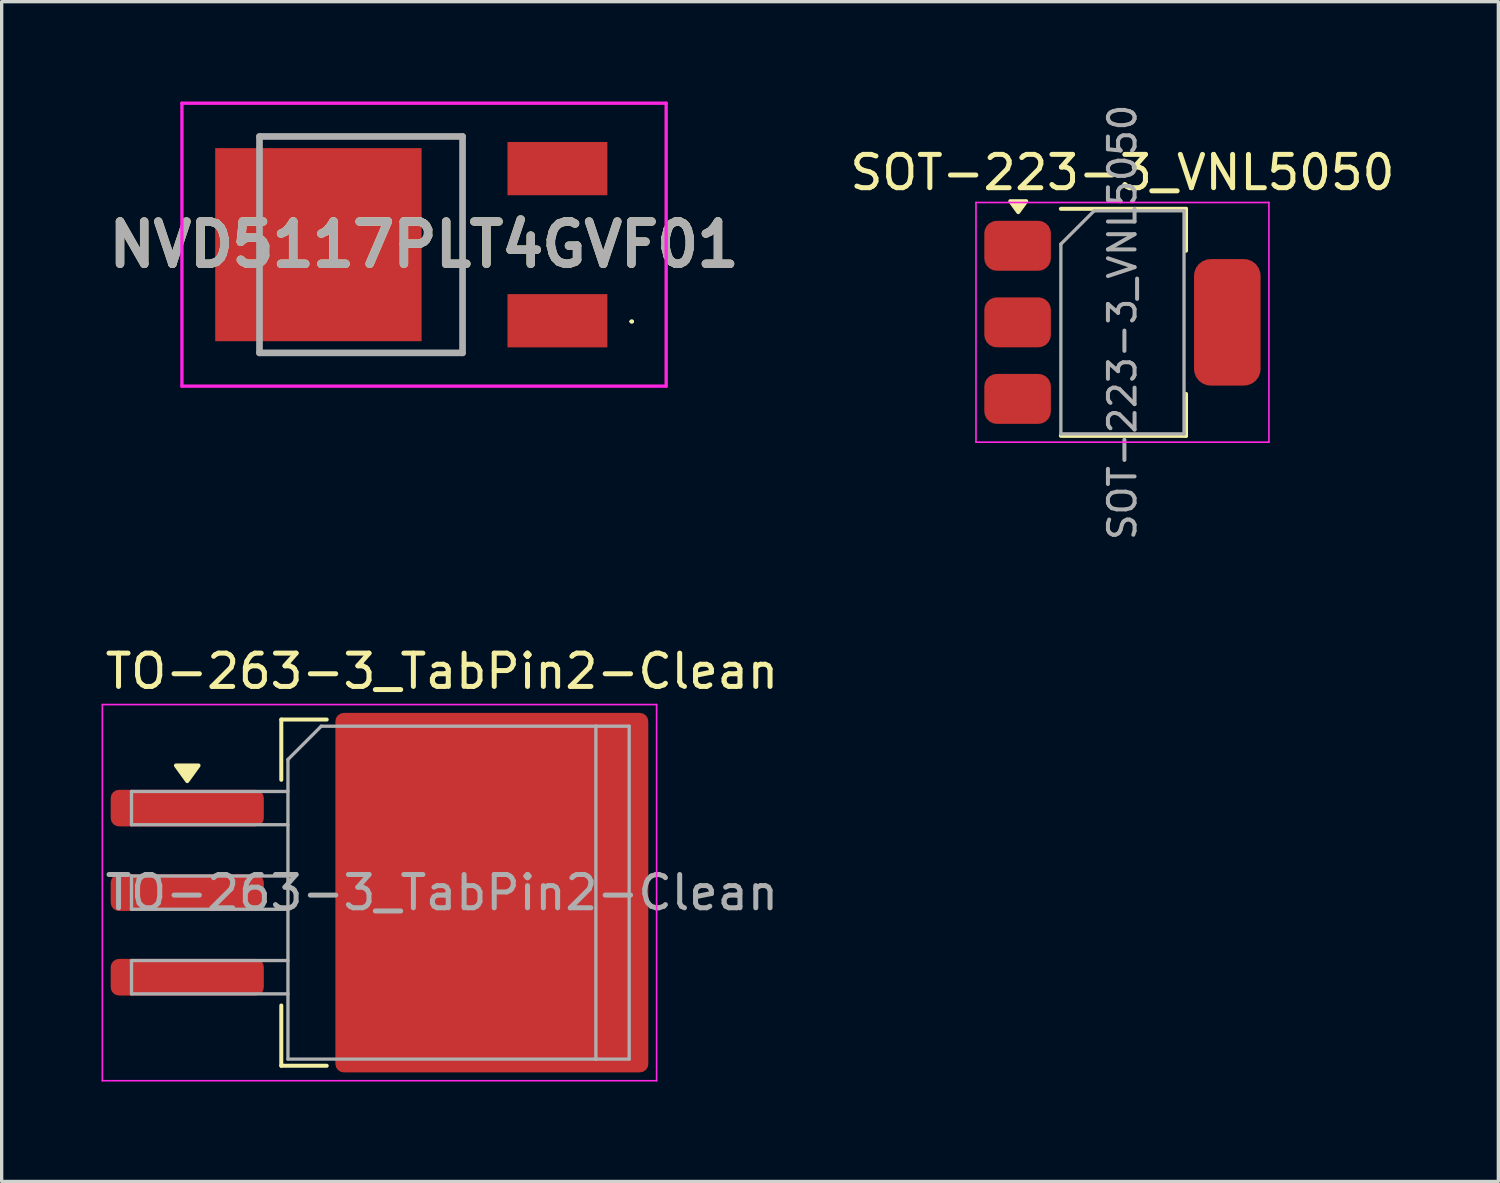
<source format=kicad_pcb>
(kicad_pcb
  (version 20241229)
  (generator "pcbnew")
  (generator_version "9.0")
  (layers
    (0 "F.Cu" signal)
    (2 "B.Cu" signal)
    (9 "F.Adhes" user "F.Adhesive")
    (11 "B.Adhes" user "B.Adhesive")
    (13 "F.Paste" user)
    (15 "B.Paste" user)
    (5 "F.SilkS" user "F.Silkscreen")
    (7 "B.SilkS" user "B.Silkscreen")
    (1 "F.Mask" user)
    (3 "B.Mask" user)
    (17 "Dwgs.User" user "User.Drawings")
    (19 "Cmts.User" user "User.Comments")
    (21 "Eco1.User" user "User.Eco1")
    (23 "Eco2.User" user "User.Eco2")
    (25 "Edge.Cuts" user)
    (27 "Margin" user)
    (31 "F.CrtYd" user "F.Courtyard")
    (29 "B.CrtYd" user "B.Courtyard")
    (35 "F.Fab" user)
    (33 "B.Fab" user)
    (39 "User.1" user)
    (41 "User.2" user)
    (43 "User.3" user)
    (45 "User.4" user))
  (footprint "TO-263-3_TabPin2-Clean"
    (layer "F.Cu")
    (at 10.225 23.765)
    (property "Reference" "TO-263-3_TabPin2-Clean" (at 0 -6.65 0) (layer "F.SilkS") (effects (font (size 1 1) (thickness 0.15))))
    (attr smd)
    (fp_line (start -4.825 -5.2) (end -4.825 -3.39) (stroke (width 0.12) (type solid)) (layer "F.SilkS"))
    (fp_line (start -4.825 5.2) (end -4.825 3.39) (stroke (width 0.12) (type solid)) (layer "F.SilkS"))
    (fp_line (start -3.46 -5.2) (end -4.825 -5.2) (stroke (width 0.12) (type solid)) (layer "F.SilkS"))
    (fp_line (start -3.46 5.2) (end -4.825 5.2) (stroke (width 0.12) (type solid)) (layer "F.SilkS"))
    (fp_poly (pts (xy -7.65 -3.35) (xy -7.99 -3.82) (xy -7.31 -3.82) (xy -7.65 -3.35)) (stroke (width 0.12) (type solid)) (fill yes) (layer "F.SilkS"))
    (fp_line (start -10.2 -5.65) (end -10.2 5.65) (stroke (width 0.05) (type solid)) (layer "F.CrtYd"))
    (fp_line (start -10.2 5.65) (end 6.45 5.65) (stroke (width 0.05) (type solid)) (layer "F.CrtYd"))
    (fp_line (start 6.45 -5.65) (end -10.2 -5.65) (stroke (width 0.05) (type solid)) (layer "F.CrtYd"))
    (fp_line (start 6.45 5.65) (end 6.45 -5.65) (stroke (width 0.05) (type solid)) (layer "F.CrtYd"))
    (fp_line (start -9.325 -3.04) (end -9.325 -2.04) (stroke (width 0.1) (type solid)) (layer "F.Fab"))
    (fp_line (start -9.325 -2.04) (end -4.625 -2.04) (stroke (width 0.1) (type solid)) (layer "F.Fab"))
    (fp_line (start -9.325 -0.5) (end -9.325 0.5) (stroke (width 0.1) (type solid)) (layer "F.Fab"))
    (fp_line (start -9.325 0.5) (end -4.625 0.5) (stroke (width 0.1) (type solid)) (layer "F.Fab"))
    (fp_line (start -9.325 2.04) (end -9.325 3.04) (stroke (width 0.1) (type solid)) (layer "F.Fab"))
    (fp_line (start -9.325 3.04) (end -4.625 3.04) (stroke (width 0.1) (type solid)) (layer "F.Fab"))
    (fp_line (start -4.625 -4) (end -3.625 -5) (stroke (width 0.1) (type solid)) (layer "F.Fab"))
    (fp_line (start -4.625 -3.04) (end -9.325 -3.04) (stroke (width 0.1) (type solid)) (layer "F.Fab"))
    (fp_line (start -4.625 -0.5) (end -9.325 -0.5) (stroke (width 0.1) (type solid)) (layer "F.Fab"))
    (fp_line (start -4.625 2.04) (end -9.325 2.04) (stroke (width 0.1) (type solid)) (layer "F.Fab"))
    (fp_line (start -4.625 5) (end -4.625 -4) (stroke (width 0.1) (type solid)) (layer "F.Fab"))
    (fp_line (start -3.625 -5) (end 4.625 -5) (stroke (width 0.1) (type solid)) (layer "F.Fab"))
    (fp_line (start 4.625 -5) (end 4.625 5) (stroke (width 0.1) (type solid)) (layer "F.Fab"))
    (fp_line (start 4.625 -5) (end 5.625 -5) (stroke (width 0.1) (type solid)) (layer "F.Fab"))
    (fp_line (start 4.625 5) (end -4.625 5) (stroke (width 0.1) (type solid)) (layer "F.Fab"))
    (fp_line (start 5.625 -5) (end 5.625 5) (stroke (width 0.1) (type solid)) (layer "F.Fab"))
    (fp_line (start 5.625 5) (end 4.625 5) (stroke (width 0.1) (type solid)) (layer "F.Fab"))
    (fp_text user "${REFERENCE}" (at 0 0 0) (layer "F.Fab") (effects (font (size 1 1) (thickness 0.15))))
    (pad "1" smd roundrect (at -7.65 -2.54) (size 4.6 1.1) (layers "F.Cu" "F.Mask" "F.Paste") (roundrect_rratio 0.227))
    (pad "2" smd roundrect (at -7.65 0) (size 4.6 1.1) (layers "F.Cu" "F.Mask" "F.Paste") (roundrect_rratio 0.227))
    (pad "2" smd roundrect (at 1.5 0) (size 9.4 10.8) (layers "F.Cu" "F.Mask") (roundrect_rratio 0.027))
    (pad "3" smd roundrect (at -7.65 2.54) (size 4.6 1.1) (layers "F.Cu" "F.Mask" "F.Paste") (roundrect_rratio 0.227)))
  (footprint "NVD5117PLT4GVF01"
    (layer "F.Cu")
    (at 4.745 4.3)
    (property "Reference" "NVD5117PLT4GVF01" (at 4.943 0 0) (layer "F.SilkS") (effects (font (size 1.27 1.27) (thickness 0.254))))
    (attr smd)
    (fp_line (start 0 3.25) (end 6.1 3.25) (stroke (width 0.1) (type solid)) (layer "F.SilkS"))
    (fp_line (start 6.1 -3.25) (end 0 -3.25) (stroke (width 0.1) (type solid)) (layer "F.SilkS"))
    (fp_line (start 6.1 3.25) (end 6.1 -3.25) (stroke (width 0.1) (type solid)) (layer "F.SilkS"))
    (fp_line (start 11.148 2.308) (end 11.148 2.308) (stroke (width 0.068) (type solid)) (layer "F.SilkS"))
    (fp_line (start 11.216 2.308) (end 11.216 2.308) (stroke (width 0.068) (type solid)) (layer "F.SilkS"))
    (fp_arc (start 11.148 2.308) (mid 11.182 2.274) (end 11.216 2.308) (stroke (width 0.068) (type solid)) (layer "F.SilkS"))
    (fp_arc (start 11.216 2.308) (mid 11.182 2.342) (end 11.148 2.308) (stroke (width 0.068) (type solid)) (layer "F.SilkS"))
    (fp_line (start -2.33 -4.25) (end 12.216 -4.25) (stroke (width 0.1) (type solid)) (layer "F.CrtYd"))
    (fp_line (start -2.33 4.25) (end -2.33 -4.25) (stroke (width 0.1) (type solid)) (layer "F.CrtYd"))
    (fp_line (start 12.216 -4.25) (end 12.216 4.25) (stroke (width 0.1) (type solid)) (layer "F.CrtYd"))
    (fp_line (start 12.216 4.25) (end -2.33 4.25) (stroke (width 0.1) (type solid)) (layer "F.CrtYd"))
    (fp_line (start 0 -3.25) (end 6.1 -3.25) (stroke (width 0.2) (type solid)) (layer "F.Fab"))
    (fp_line (start 0 3.25) (end 0 -3.25) (stroke (width 0.2) (type solid)) (layer "F.Fab"))
    (fp_line (start 6.1 -3.25) (end 6.1 3.25) (stroke (width 0.2) (type solid)) (layer "F.Fab"))
    (fp_line (start 6.1 3.25) (end 0 3.25) (stroke (width 0.2) (type solid)) (layer "F.Fab"))
    (fp_text user "${REFERENCE}" (at 4.943 0 0) (layer "F.Fab") (effects (font (size 1.27 1.27) (thickness 0.254))))
    (pad "1" smd rect (at 8.95 2.285 90) (size 1.6 3) (layers "F.Cu" "F.Mask" "F.Paste"))
    (pad "2" smd rect (at 1.77 0 90) (size 5.8 6.2) (layers "F.Cu" "F.Mask" "F.Paste"))
    (pad "3" smd rect (at 8.95 -2.285 90) (size 1.6 3) (layers "F.Cu" "F.Mask" "F.Paste")))
  (footprint "SOT-223-3_VNL5050"
    (layer "F.Cu")
    (at 30.668 6.633)
    (property "Reference" "SOT-223-3_VNL5050" (at 0 -4.5 0) (layer "F.SilkS") (effects (font (size 1 1) (thickness 0.15))))
    (attr smd)
    (fp_line (start -1.85 -3.41) (end 1.91 -3.41) (stroke (width 0.12) (type solid)) (layer "F.SilkS"))
    (fp_line (start -1.85 3.41) (end 1.91 3.41) (stroke (width 0.12) (type solid)) (layer "F.SilkS"))
    (fp_line (start 1.91 -3.41) (end 1.91 -2.15) (stroke (width 0.12) (type solid)) (layer "F.SilkS"))
    (fp_line (start 1.91 3.41) (end 1.91 2.15) (stroke (width 0.12) (type solid)) (layer "F.SilkS"))
    (fp_poly (pts (xy -3.13 -3.31) (xy -3.37 -3.64) (xy -2.89 -3.64) (xy -3.13 -3.31)) (stroke (width 0.12) (type solid)) (fill yes) (layer "F.SilkS"))
    (fp_line (start -4.4 -3.6) (end -4.4 3.6) (stroke (width 0.05) (type solid)) (layer "F.CrtYd"))
    (fp_line (start -4.4 3.6) (end 4.4 3.6) (stroke (width 0.05) (type solid)) (layer "F.CrtYd"))
    (fp_line (start 4.4 -3.6) (end -4.4 -3.6) (stroke (width 0.05) (type solid)) (layer "F.CrtYd"))
    (fp_line (start 4.4 3.6) (end 4.4 -3.6) (stroke (width 0.05) (type solid)) (layer "F.CrtYd"))
    (fp_line (start -1.85 -2.35) (end -1.85 3.35) (stroke (width 0.1) (type solid)) (layer "F.Fab"))
    (fp_line (start -1.85 -2.35) (end -0.85 -3.35) (stroke (width 0.1) (type solid)) (layer "F.Fab"))
    (fp_line (start -1.85 3.35) (end 1.85 3.35) (stroke (width 0.1) (type solid)) (layer "F.Fab"))
    (fp_line (start -0.85 -3.35) (end 1.85 -3.35) (stroke (width 0.1) (type solid)) (layer "F.Fab"))
    (fp_line (start 1.85 -3.35) (end 1.85 3.35) (stroke (width 0.1) (type solid)) (layer "F.Fab"))
    (fp_text user "${REFERENCE}" (at 0 0 90) (layer "F.Fab") (effects (font (size 0.8 0.8) (thickness 0.12))))
    (pad "1" smd roundrect (at -3.15 -2.3) (size 2 1.5) (layers "F.Cu" "F.Mask" "F.Paste") (roundrect_rratio 0.25))
    (pad "2" smd roundrect (at -3.15 0) (size 2 1.5) (layers "F.Cu" "F.Mask" "F.Paste") (roundrect_rratio 0.25))
    (pad "2" smd roundrect (at 3.15 0) (size 2 3.8) (layers "F.Cu" "F.Mask" "F.Paste") (roundrect_rratio 0.25))
    (pad "3" smd roundrect (at -3.15 2.3) (size 2 1.5) (layers "F.Cu" "F.Mask" "F.Paste") (roundrect_rratio 0.25)))
  (gr_rect
    (start -3 -3)
    (end 41.96 32.44)
    (stroke (width 0.1) (type default))
    (fill no)
    (layer "Edge.Cuts")))
</source>
